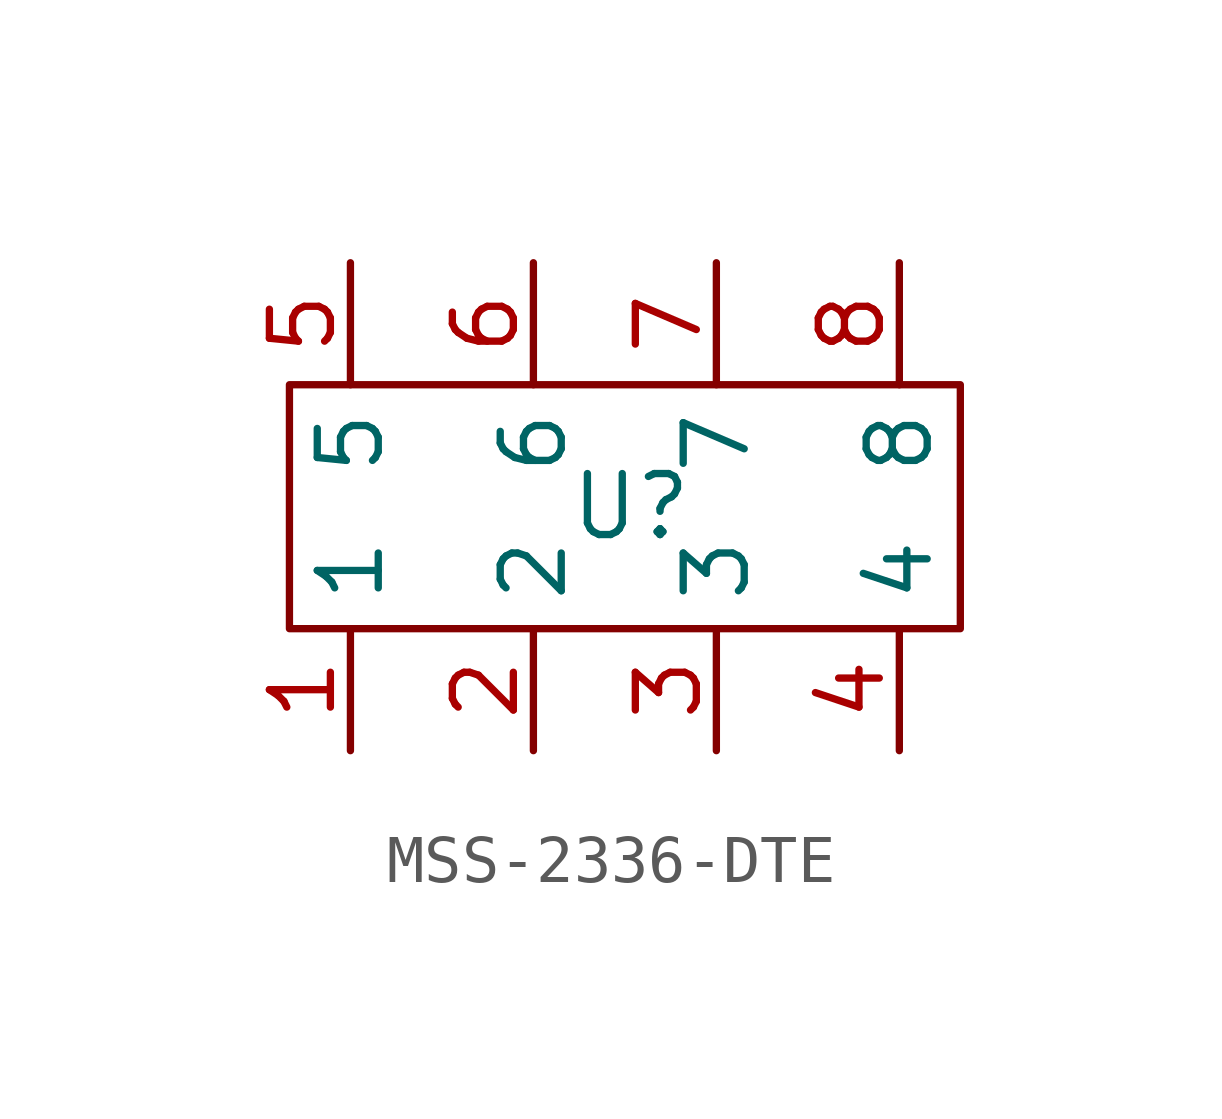
<source format=kicad_sym>
(kicad_symbol_lib
  (version 20231120)
  (generator "kicad_symbol_editor")
  (generator_version "8.0")
  (symbol "MSS-2336-DTE"
    (property "Reference" "U"
      (at -0.508 -3.81 0)
      (effects (font (size 1.27 1.27))))
    (property "Value" ""
      (at 0 -2.54 0)
      (effects (font (size 1.27 1.27))))
    (symbol "MSS-2336-DTE_0_1"
      (rectangle (start -7.62 -1.27) (end 6.35 -6.35) (stroke (width 0) (type default)) (fill (type none))))
    (symbol "MSS-2336-DTE_1_1"
      (pin input line (at -6.35 -8.89 90) (length 2.54) (name "1" (effects (font (size 1.27 1.27)))) (number "1" (effects (font (size 1.27 1.27)))))
      (pin input line (at -2.54 -8.89 90) (length 2.54) (name "2" (effects (font (size 1.27 1.27)))) (number "2" (effects (font (size 1.27 1.27)))))
      (pin input line (at 1.27 -8.89 90) (length 2.54) (name "3" (effects (font (size 1.27 1.27)))) (number "3" (effects (font (size 1.27 1.27)))))
      (pin input line (at 5.08 -8.89 90) (length 2.54) (name "4" (effects (font (size 1.27 1.27)))) (number "4" (effects (font (size 1.27 1.27)))))
      (pin input line (at -6.35 1.27 270) (length 2.54) (name "5" (effects (font (size 1.27 1.27)))) (number "5" (effects (font (size 1.27 1.27)))))
      (pin input line (at -2.54 1.27 270) (length 2.54) (name "6" (effects (font (size 1.27 1.27)))) (number "6" (effects (font (size 1.27 1.27)))))
      (pin input line (at 1.27 1.27 270) (length 2.54) (name "7" (effects (font (size 1.27 1.27)))) (number "7" (effects (font (size 1.27 1.27)))))
      (pin input line (at 5.08 1.27 270) (length 2.54) (name "8" (effects (font (size 1.27 1.27)))) (number "8" (effects (font (size 1.27 1.27))))))))
</source>
